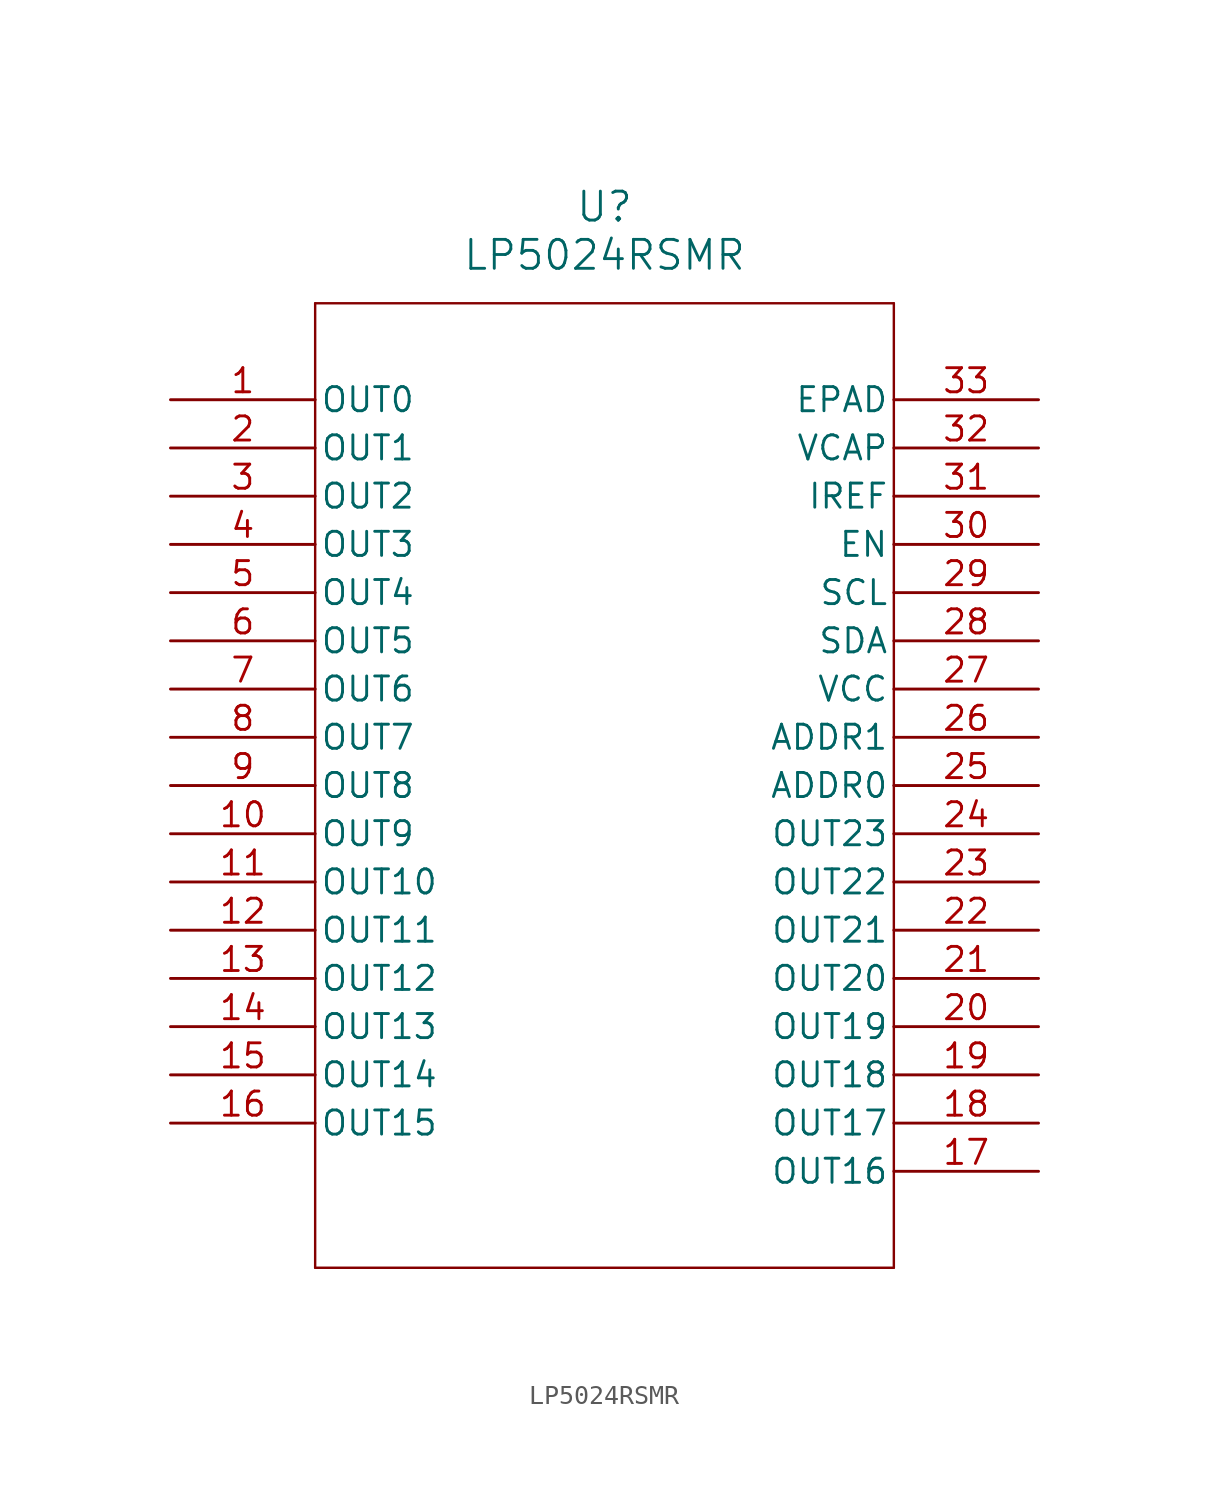
<source format=kicad_sym>
(kicad_symbol_lib
  (version 20211014)
  (generator kicad_symbol_editor)
  (symbol "LP5024RSMR"
    (pin_names
      (offset 0.254))
    (property "Reference" "U"
      (at 22.86 10.16 0)
      (effects (font (size 1.524 1.524))))
    (property "Value" "LP5024RSMR"
      (at 22.86 7.62 0)
      (effects (font (size 1.524 1.524))))
    (symbol "LP5024RSMR_0_1"
      (polyline (pts (xy 7.62 5.08) (xy 7.62 -45.72)) (stroke (width 0.127) (type default) (color 0 0 0 0)) (fill (type none)))
      (polyline (pts (xy 7.62 -45.72) (xy 38.1 -45.72)) (stroke (width 0.127) (type default) (color 0 0 0 0)) (fill (type none)))
      (polyline (pts (xy 38.1 -45.72) (xy 38.1 5.08)) (stroke (width 0.127) (type default) (color 0 0 0 0)) (fill (type none)))
      (polyline (pts (xy 38.1 5.08) (xy 7.62 5.08)) (stroke (width 0.127) (type default) (color 0 0 0 0)) (fill (type none)))
      (pin output line (at 0 0 0) (length 7.62) (name "OUT0" (effects (font (size 1.27 1.27)))) (number "1" (effects (font (size 1.27 1.27)))))
      (pin output line (at 0 -2.54 0) (length 7.62) (name "OUT1" (effects (font (size 1.27 1.27)))) (number "2" (effects (font (size 1.27 1.27)))))
      (pin output line (at 0 -5.08 0) (length 7.62) (name "OUT2" (effects (font (size 1.27 1.27)))) (number "3" (effects (font (size 1.27 1.27)))))
      (pin output line (at 0 -7.62 0) (length 7.62) (name "OUT3" (effects (font (size 1.27 1.27)))) (number "4" (effects (font (size 1.27 1.27)))))
      (pin output line (at 0 -10.16 0) (length 7.62) (name "OUT4" (effects (font (size 1.27 1.27)))) (number "5" (effects (font (size 1.27 1.27)))))
      (pin output line (at 0 -12.7 0) (length 7.62) (name "OUT5" (effects (font (size 1.27 1.27)))) (number "6" (effects (font (size 1.27 1.27)))))
      (pin output line (at 0 -15.24 0) (length 7.62) (name "OUT6" (effects (font (size 1.27 1.27)))) (number "7" (effects (font (size 1.27 1.27)))))
      (pin output line (at 0 -17.78 0) (length 7.62) (name "OUT7" (effects (font (size 1.27 1.27)))) (number "8" (effects (font (size 1.27 1.27)))))
      (pin output line (at 0 -20.32 0) (length 7.62) (name "OUT8" (effects (font (size 1.27 1.27)))) (number "9" (effects (font (size 1.27 1.27)))))
      (pin output line (at 0 -22.86 0) (length 7.62) (name "OUT9" (effects (font (size 1.27 1.27)))) (number "10" (effects (font (size 1.27 1.27)))))
      (pin output line (at 0 -25.4 0) (length 7.62) (name "OUT10" (effects (font (size 1.27 1.27)))) (number "11" (effects (font (size 1.27 1.27)))))
      (pin output line (at 0 -27.94 0) (length 7.62) (name "OUT11" (effects (font (size 1.27 1.27)))) (number "12" (effects (font (size 1.27 1.27)))))
      (pin output line (at 0 -30.48 0) (length 7.62) (name "OUT12" (effects (font (size 1.27 1.27)))) (number "13" (effects (font (size 1.27 1.27)))))
      (pin output line (at 0 -33.02 0) (length 7.62) (name "OUT13" (effects (font (size 1.27 1.27)))) (number "14" (effects (font (size 1.27 1.27)))))
      (pin output line (at 0 -35.56 0) (length 7.62) (name "OUT14" (effects (font (size 1.27 1.27)))) (number "15" (effects (font (size 1.27 1.27)))))
      (pin output line (at 0 -38.1 0) (length 7.62) (name "OUT15" (effects (font (size 1.27 1.27)))) (number "16" (effects (font (size 1.27 1.27)))))
      (pin output line (at 45.72 -40.64 180) (length 7.62) (name "OUT16" (effects (font (size 1.27 1.27)))) (number "17" (effects (font (size 1.27 1.27)))))
      (pin output line (at 45.72 -38.1 180) (length 7.62) (name "OUT17" (effects (font (size 1.27 1.27)))) (number "18" (effects (font (size 1.27 1.27)))))
      (pin output line (at 45.72 -35.56 180) (length 7.62) (name "OUT18" (effects (font (size 1.27 1.27)))) (number "19" (effects (font (size 1.27 1.27)))))
      (pin output line (at 45.72 -33.02 180) (length 7.62) (name "OUT19" (effects (font (size 1.27 1.27)))) (number "20" (effects (font (size 1.27 1.27)))))
      (pin output line (at 45.72 -30.48 180) (length 7.62) (name "OUT20" (effects (font (size 1.27 1.27)))) (number "21" (effects (font (size 1.27 1.27)))))
      (pin output line (at 45.72 -27.94 180) (length 7.62) (name "OUT21" (effects (font (size 1.27 1.27)))) (number "22" (effects (font (size 1.27 1.27)))))
      (pin output line (at 45.72 -25.4 180) (length 7.62) (name "OUT22" (effects (font (size 1.27 1.27)))) (number "23" (effects (font (size 1.27 1.27)))))
      (pin output line (at 45.72 -22.86 180) (length 7.62) (name "OUT23" (effects (font (size 1.27 1.27)))) (number "24" (effects (font (size 1.27 1.27)))))
      (pin unspecified line (at 45.72 -20.32 180) (length 7.62) (name "ADDR0" (effects (font (size 1.27 1.27)))) (number "25" (effects (font (size 1.27 1.27)))))
      (pin unspecified line (at 45.72 -17.78 180) (length 7.62) (name "ADDR1" (effects (font (size 1.27 1.27)))) (number "26" (effects (font (size 1.27 1.27)))))
      (pin power_in line (at 45.72 -15.24 180) (length 7.62) (name "VCC" (effects (font (size 1.27 1.27)))) (number "27" (effects (font (size 1.27 1.27)))))
      (pin bidirectional line (at 45.72 -12.7 180) (length 7.62) (name "SDA" (effects (font (size 1.27 1.27)))) (number "28" (effects (font (size 1.27 1.27)))))
      (pin input line (at 45.72 -10.16 180) (length 7.62) (name "SCL" (effects (font (size 1.27 1.27)))) (number "29" (effects (font (size 1.27 1.27)))))
      (pin input line (at 45.72 -7.62 180) (length 7.62) (name "EN" (effects (font (size 1.27 1.27)))) (number "30" (effects (font (size 1.27 1.27)))))
      (pin output line (at 45.72 -5.08 180) (length 7.62) (name "IREF" (effects (font (size 1.27 1.27)))) (number "31" (effects (font (size 1.27 1.27)))))
      (pin output line (at 45.72 -2.54 180) (length 7.62) (name "VCAP" (effects (font (size 1.27 1.27)))) (number "32" (effects (font (size 1.27 1.27)))))
      (pin unspecified line (at 45.72 0 180) (length 7.62) (name "EPAD" (effects (font (size 1.27 1.27)))) (number "33" (effects (font (size 1.27 1.27))))))))
</source>
